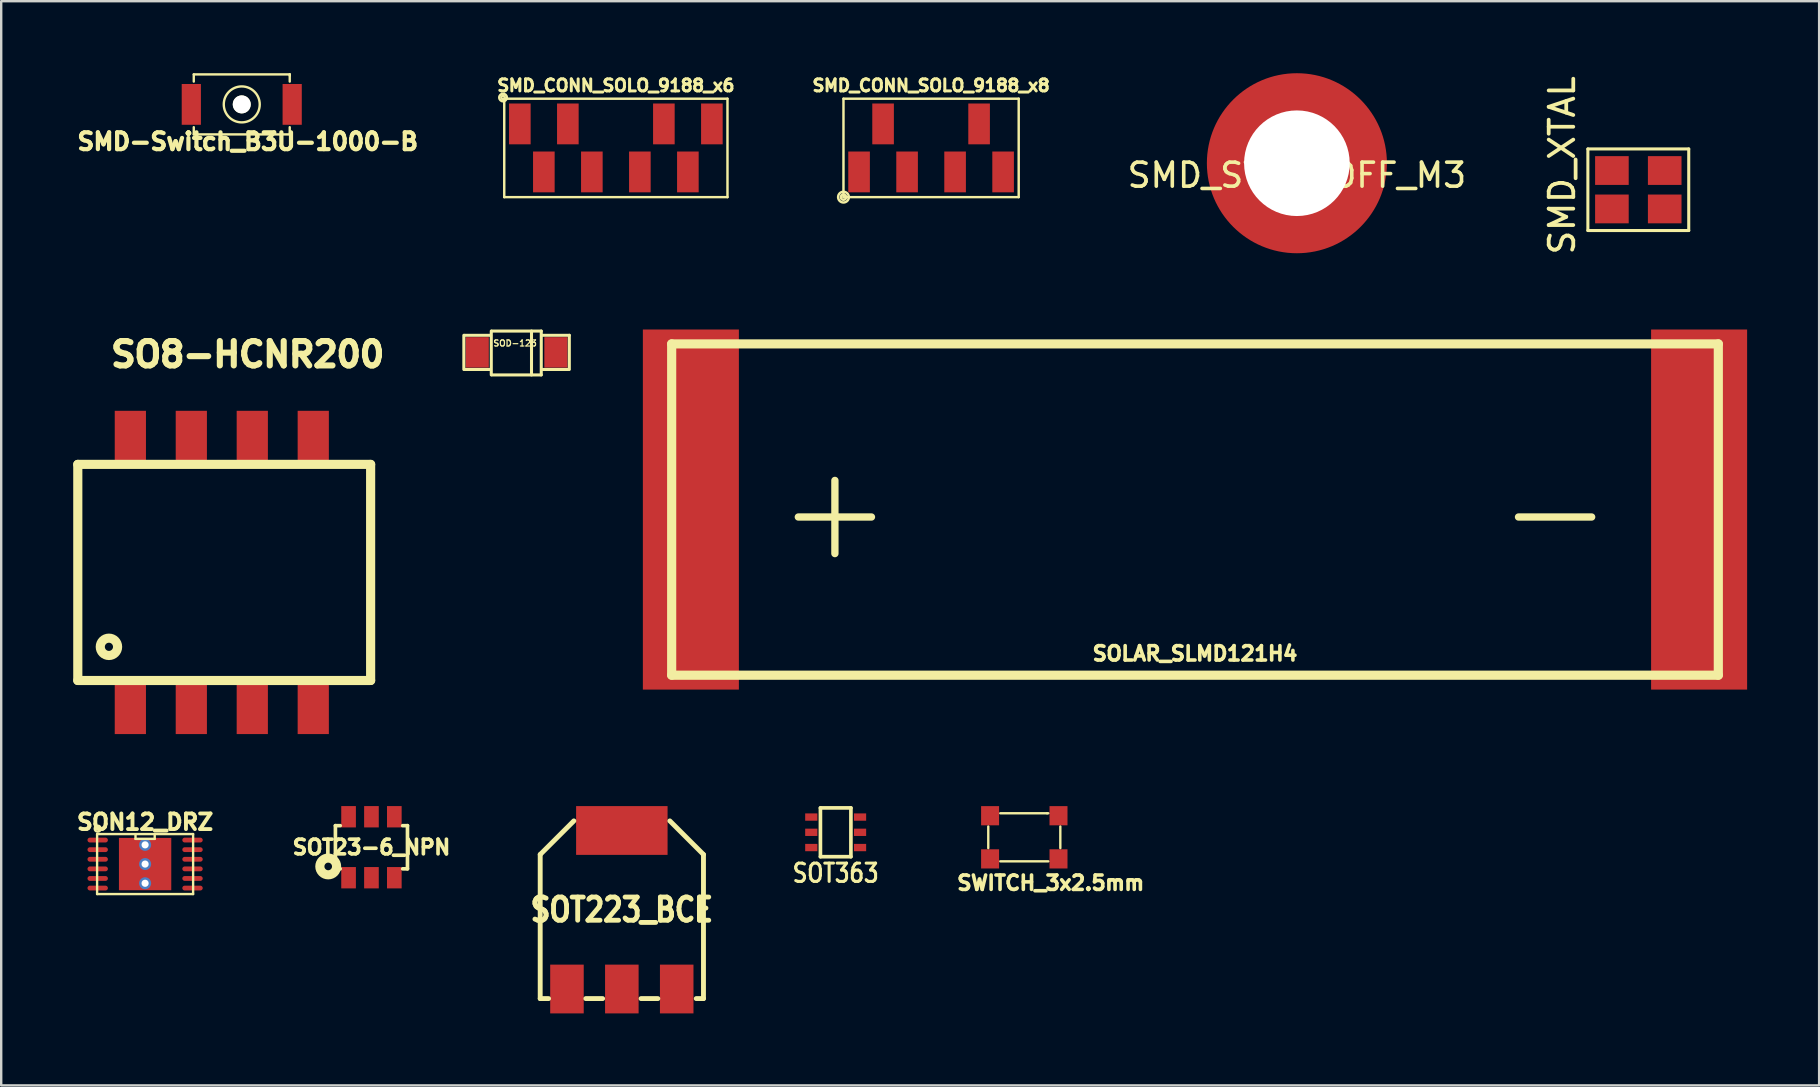
<source format=kicad_pcb>
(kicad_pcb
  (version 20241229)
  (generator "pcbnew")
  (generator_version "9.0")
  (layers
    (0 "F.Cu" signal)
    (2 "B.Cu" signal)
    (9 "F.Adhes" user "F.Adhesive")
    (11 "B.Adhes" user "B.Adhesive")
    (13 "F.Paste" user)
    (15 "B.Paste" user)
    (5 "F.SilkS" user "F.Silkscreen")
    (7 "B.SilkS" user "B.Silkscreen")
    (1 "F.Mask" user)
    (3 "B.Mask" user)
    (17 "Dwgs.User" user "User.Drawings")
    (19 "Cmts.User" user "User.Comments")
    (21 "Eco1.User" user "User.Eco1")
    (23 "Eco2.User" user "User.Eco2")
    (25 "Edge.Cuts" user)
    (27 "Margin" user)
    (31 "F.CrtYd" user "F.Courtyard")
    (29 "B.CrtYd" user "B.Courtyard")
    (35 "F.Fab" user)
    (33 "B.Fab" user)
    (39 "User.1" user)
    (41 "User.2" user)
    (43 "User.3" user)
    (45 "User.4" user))
  (footprint "SMD_CONN_SOLO_9188_x8"
    (layer "F.Cu")
    (at 35.738 3.112)
    (property "Reference" "SMD_CONN_SOLO_9188_x8" (at 0 -2.6 0) (layer "F.SilkS") (effects (font (size 0.5 0.5) (thickness 0.125))))
    (attr through_hole)
    (fp_line (start -3.65 -2.05) (end 3.65 -2.05) (stroke (width 0.102) (type solid)) (layer "F.SilkS"))
    (fp_line (start -3.65 2.05) (end -3.65 -2.05) (stroke (width 0.102) (type solid)) (layer "F.SilkS"))
    (fp_line (start 3.65 -2.05) (end 3.65 2.05) (stroke (width 0.102) (type solid)) (layer "F.SilkS"))
    (fp_line (start 3.65 2.05) (end -3.65 2.05) (stroke (width 0.102) (type solid)) (layer "F.SilkS"))
    (fp_circle (center -3.65 2.05) (end -3.55 2.1) (stroke (width 0.102) (type solid)) (fill no) (layer "F.SilkS"))
    (fp_circle (center -3.65 2.05) (end -3.45 2.15) (stroke (width 0.102) (type solid)) (fill no) (layer "F.SilkS"))
    (pad "1" connect rect (at -3 1) (size 0.9 1.7) (layers "F.Cu" "F.Mask"))
    (pad "2" connect rect (at -2 -1) (size 0.9 1.7) (layers "F.Cu" "F.Mask"))
    (pad "3" connect rect (at -1 1) (size 0.9 1.7) (layers "F.Cu" "F.Mask"))
    (pad "4" connect rect (at 1 1) (size 0.9 1.7) (layers "F.Cu" "F.Mask"))
    (pad "5" connect rect (at 2 -1) (size 0.9 1.7) (layers "F.Cu" "F.Mask"))
    (pad "6" connect rect (at 3 1) (size 0.9 1.7) (layers "F.Cu" "F.Mask")))
  (footprint "SMD_CONN_SOLO_9188_x6"
    (layer "F.Cu")
    (at 22.606 3.112)
    (property "Reference" "SMD_CONN_SOLO_9188_x6" (at 0 -2.6 0) (layer "F.SilkS") (effects (font (size 0.5 0.5) (thickness 0.125))))
    (attr through_hole)
    (fp_line (start -4.65 2.05) (end -4.65 -2.05) (stroke (width 0.102) (type solid)) (layer "F.SilkS"))
    (fp_line (start -4.65 2.05) (end 4.65 2.05) (stroke (width 0.102) (type solid)) (layer "F.SilkS"))
    (fp_line (start 4.65 -2.05) (end -4.65 -2.05) (stroke (width 0.102) (type solid)) (layer "F.SilkS"))
    (fp_line (start 4.65 -2.05) (end 4.65 2.05) (stroke (width 0.102) (type solid)) (layer "F.SilkS"))
    (fp_circle (center -4.7 -2.1) (end -4.65 -2.05) (stroke (width 0.102) (type solid)) (fill no) (layer "F.SilkS"))
    (fp_circle (center -4.7 -2.1) (end -4.55 -2.05) (stroke (width 0.102) (type solid)) (fill no) (layer "F.SilkS"))
    (pad "1" connect rect (at -4 -1) (size 0.9 1.7) (layers "F.Cu" "F.Mask"))
    (pad "2" connect rect (at -3 1) (size 0.9 1.7) (layers "F.Cu" "F.Mask"))
    (pad "3" connect rect (at -2 -1) (size 0.9 1.7) (layers "F.Cu" "F.Mask"))
    (pad "4" connect rect (at -1 1) (size 0.9 1.7) (layers "F.Cu" "F.Mask"))
    (pad "5" connect rect (at 1 1) (size 0.9 1.7) (layers "F.Cu" "F.Mask"))
    (pad "6" connect rect (at 2 -1) (size 0.9 1.7) (layers "F.Cu" "F.Mask"))
    (pad "7" connect rect (at 3 1) (size 0.9 1.7) (layers "F.Cu" "F.Mask"))
    (pad "8" connect rect (at 4 -1) (size 0.9 1.7) (layers "F.Cu" "F.Mask")))
  (footprint "SOD-123"
    (layer "F.Cu")
    (at 18.457 11.655)
    (property "Reference" "SOD-123" (at -0.051 -0.406 0) (layer "F.SilkS") (effects (font (size 0.254 0.254) (thickness 0.051))))
    (attr through_hole)
    (fp_line (start -2.184 -0.737) (end -2.184 0.686) (stroke (width 0.127) (type solid)) (layer "F.SilkS"))
    (fp_line (start -2.159 -0.737) (end -1.067 -0.737) (stroke (width 0.127) (type solid)) (layer "F.SilkS"))
    (fp_line (start -1.092 0.686) (end -2.159 0.686) (stroke (width 0.127) (type solid)) (layer "F.SilkS"))
    (fp_line (start -1.041 -0.914) (end -1.041 0.914) (stroke (width 0.127) (type solid)) (layer "F.SilkS"))
    (fp_line (start -1.016 -0.914) (end 1.041 -0.914) (stroke (width 0.127) (type solid)) (layer "F.SilkS"))
    (fp_line (start 0.635 -0.914) (end 0.635 0.914) (stroke (width 0.127) (type solid)) (layer "F.SilkS"))
    (fp_line (start 1.041 0.914) (end -1.016 0.914) (stroke (width 0.127) (type solid)) (layer "F.SilkS"))
    (fp_line (start 1.041 0.914) (end 1.041 -0.914) (stroke (width 0.127) (type solid)) (layer "F.SilkS"))
    (fp_line (start 1.092 -0.737) (end 2.21 -0.737) (stroke (width 0.127) (type solid)) (layer "F.SilkS"))
    (fp_line (start 2.184 0.686) (end 1.092 0.686) (stroke (width 0.127) (type solid)) (layer "F.SilkS"))
    (fp_line (start 2.21 -0.737) (end 2.21 0.686) (stroke (width 0.127) (type solid)) (layer "F.SilkS"))
    (pad "1" smd rect (at -1.626 -0.025) (size 0.965 1.27) (layers "F.Cu" "F.Mask" "F.Paste"))
    (pad "2" smd rect (at 1.651 -0.025) (size 0.965 1.27) (layers "F.Cu" "F.Mask" "F.Paste")))
  (footprint "SOLAR_SLMD121H4"
    (layer "F.Cu")
    (at 46.732 18.177)
    (property "Reference" "SOLAR_SLMD121H4" (at 0 5.999 0) (layer "F.SilkS") (effects (font (size 0.599 0.599) (thickness 0.15))))
    (attr through_hole)
    (fp_line (start -21.801 -6.901) (end 21.801 -6.901) (stroke (width 0.381) (type solid)) (layer "F.SilkS"))
    (fp_line (start -21.801 6.901) (end -21.801 -6.901) (stroke (width 0.381) (type solid)) (layer "F.SilkS"))
    (fp_line (start 21.801 -6.901) (end 21.801 6.901) (stroke (width 0.381) (type solid)) (layer "F.SilkS"))
    (fp_line (start 21.801 6.901) (end -21.801 6.901) (stroke (width 0.381) (type solid)) (layer "F.SilkS"))
    (fp_text user "+" (at -15.001 0 0) (layer "F.SilkS") (effects (font (size 4 4) (thickness 0.305))))
    (fp_text user "-" (at 15.001 0 0) (layer "F.SilkS") (effects (font (size 4 4) (thickness 0.305))))
    (pad "1" smd trapezoid (at -21.001 0) (size 4 15.001) (layers "F.Cu" "F.Mask" "F.Paste"))
    (pad "2" smd trapezoid (at 21.001 0) (size 4 15.001) (layers "F.Cu" "F.Mask" "F.Paste")))
  (footprint "SMD_STANDOFF_M3"
    (layer "F.Cu")
    (at 50.977 3.75)
    (property "Reference" "SMD_STANDOFF_M3" (at 0 0.5 0) (layer "F.SilkS") (effects (font (size 1 1) (thickness 0.15))))
    (attr through_hole)
    (fp_arc (start -3 0) (mid -2.809907 -1.155662) (end -2.192031 -2.15061) (stroke (width 1.5) (type solid)) (layer "F.Paste"))
    (fp_arc (start 0 -3) (mid 1.186319 -2.764027) (end 2.192031 -2.092031) (stroke (width 1.5) (type solid)) (layer "F.Paste"))
    (fp_arc (start 0 3) (mid -1.14805 2.771639) (end -2.12132 2.12132) (stroke (width 1.5) (type solid)) (layer "F.Paste"))
    (fp_arc (start 3 0) (mid 2.771639 1.14805) (end 2.12132 2.12132) (stroke (width 1.5) (type solid)) (layer "F.Paste"))
    (pad "" np_thru_hole circle (at 0 0) (size 7.5 7.5) (drill 4.4) (layers "F.Cu")))
  (footprint "SOT363"
    (layer "F.Cu")
    (at 31.763 31.623)
    (property "Reference" "SOT363" (at 0 1.699 0) (layer "F.SilkS") (effects (font (size 0.762 0.635) (thickness 0.127))))
    (attr smd)
    (fp_line (start -0.635 -1.016) (end -0.635 1.016) (stroke (width 0.152) (type solid)) (layer "F.SilkS"))
    (fp_line (start -0.635 1.016) (end 0.635 1.016) (stroke (width 0.152) (type solid)) (layer "F.SilkS"))
    (fp_line (start 0.635 -1.016) (end -0.635 -1.016) (stroke (width 0.152) (type solid)) (layer "F.SilkS"))
    (fp_line (start 0.635 1.016) (end 0.635 -1.016) (stroke (width 0.152) (type solid)) (layer "F.SilkS"))
    (pad "1" smd rect (at -1.016 -0.635) (size 0.508 0.305) (layers "F.Cu" "F.Mask" "F.Paste"))
    (pad "2" smd rect (at -1.016 0) (size 0.508 0.305) (layers "F.Cu" "F.Mask" "F.Paste"))
    (pad "3" smd rect (at -1.016 0.635) (size 0.508 0.305) (layers "F.Cu" "F.Mask" "F.Paste"))
    (pad "4" smd rect (at 1.016 0.635) (size 0.508 0.305) (layers "F.Cu" "F.Mask" "F.Paste"))
    (pad "5" smd rect (at 1.016 0) (size 0.508 0.305) (layers "F.Cu" "F.Mask" "F.Paste"))
    (pad "6" smd rect (at 1.016 -0.635) (size 0.508 0.305) (layers "F.Cu" "F.Mask" "F.Paste")))
  (footprint "SOT23-6_NPN"
    (layer "F.Cu")
    (at 12.424 32.245)
    (property "Reference" "SOT23-6_NPN" (at 0 0 0) (layer "F.SilkS") (effects (font (size 0.61 0.61) (thickness 0.152))))
    (attr smd)
    (fp_line (start -1.501 -0.899) (end -1.501 0.899) (stroke (width 0.152) (type solid)) (layer "F.SilkS"))
    (fp_line (start -1.501 -0.899) (end -1.3 -0.899) (stroke (width 0.152) (type solid)) (layer "F.SilkS"))
    (fp_line (start -1.501 0.899) (end -1.3 0.899) (stroke (width 0.152) (type solid)) (layer "F.SilkS"))
    (fp_line (start 1.501 -0.899) (end 1.3 -0.899) (stroke (width 0.152) (type solid)) (layer "F.SilkS"))
    (fp_line (start 1.501 0.899) (end 1.3 0.899) (stroke (width 0.152) (type solid)) (layer "F.SilkS"))
    (fp_line (start 1.501 0.899) (end 1.501 -0.899) (stroke (width 0.152) (type solid)) (layer "F.SilkS"))
    (fp_circle (center -1.801 0.8) (end -1.651 0.851) (stroke (width 0.381) (type solid)) (fill no) (layer "F.SilkS"))
    (pad "1" smd rect (at 0.953 -1.27) (size 0.61 0.889) (layers "F.Cu" "F.Mask" "F.Paste"))
    (pad "2" smd rect (at 0.953 1.27) (size 0.61 0.889) (layers "F.Cu" "F.Mask" "F.Paste"))
    (pad "3" smd rect (at -0.953 -1.27) (size 0.61 0.889) (layers "F.Cu" "F.Mask" "F.Paste"))
    (pad "3" smd rect (at -0.953 1.27) (size 0.61 0.889) (layers "F.Cu" "F.Mask" "F.Paste"))
    (pad "3" smd rect (at 0 -1.27) (size 0.61 0.889) (layers "F.Cu" "F.Mask"))
    (pad "3" smd rect (at 0 1.27) (size 0.61 0.889) (layers "F.Cu" "F.Mask" "F.Paste")))
  (footprint "SON12_DRZ"
    (layer "F.Cu")
    (at 2.995 32.946)
    (property "Reference" "SON12_DRZ" (at 0 -1.75 0) (layer "F.SilkS") (effects (font (size 0.65 0.65) (thickness 0.163))))
    (attr through_hole)
    (fp_line (start -2 -1.25) (end 2 -1.25) (stroke (width 0.099) (type solid)) (layer "F.SilkS"))
    (fp_line (start -2 1.25) (end -2 -1.25) (stroke (width 0.099) (type solid)) (layer "F.SilkS"))
    (fp_line (start -0.4 -1.225) (end -0.4 -1.05) (stroke (width 0.099) (type solid)) (layer "F.SilkS"))
    (fp_line (start -0.4 -1.05) (end 0.4 -1.05) (stroke (width 0.099) (type solid)) (layer "F.SilkS"))
    (fp_line (start 0.4 -1.05) (end 0.4 -1.25) (stroke (width 0.099) (type solid)) (layer "F.SilkS"))
    (fp_line (start 2 -1.25) (end 2 1.25) (stroke (width 0.099) (type solid)) (layer "F.SilkS"))
    (fp_line (start 2 1.25) (end -2 1.25) (stroke (width 0.099) (type solid)) (layer "F.SilkS"))
    (fp_circle (center -1.975 -1.475) (end -1.875 -1.4) (stroke (width 0.099) (type solid)) (fill no) (layer "F.SilkS"))
    (pad "1" smd oval (at -1.975 -1) (size 0.85 0.2) (layers "F.Cu" "F.Mask" "F.Paste"))
    (pad "2" smd oval (at -1.975 -0.6) (size 0.85 0.2) (layers "F.Cu" "F.Mask" "F.Paste"))
    (pad "3" smd oval (at -1.975 -0.2) (size 0.85 0.2) (layers "F.Cu" "F.Mask" "F.Paste"))
    (pad "4" smd oval (at -1.975 0.2) (size 0.85 0.2) (layers "F.Cu" "F.Mask" "F.Paste"))
    (pad "5" smd oval (at -1.975 0.6) (size 0.85 0.2) (layers "F.Cu" "F.Mask" "F.Paste"))
    (pad "6" smd oval (at -1.975 1) (size 0.85 0.2) (layers "F.Cu" "F.Mask" "F.Paste"))
    (pad "7" smd oval (at 1.975 1) (size 0.85 0.2) (layers "F.Cu" "F.Mask" "F.Paste"))
    (pad "8" smd oval (at 1.975 0.6) (size 0.85 0.2) (layers "F.Cu" "F.Mask" "F.Paste"))
    (pad "9" smd oval (at 1.975 0.2) (size 0.85 0.2) (layers "F.Cu" "F.Mask" "F.Paste"))
    (pad "10" smd oval (at 1.975 -0.2) (size 0.85 0.2) (layers "F.Cu" "F.Mask" "F.Paste"))
    (pad "11" smd oval (at 1.975 -0.6) (size 0.85 0.2) (layers "F.Cu" "F.Mask" "F.Paste"))
    (pad "12" smd oval (at 1.975 -1) (size 0.85 0.2) (layers "F.Cu" "F.Mask" "F.Paste"))
    (pad "13" smd rect (at -0.6 -0.5) (size 0.8 0.8) (layers "F.Cu" "F.Mask" "F.Paste"))
    (pad "13" smd rect (at -0.6 0.5) (size 0.8 0.8) (layers "F.Cu" "F.Mask" "F.Paste"))
    (pad "13" thru_hole circle (at 0 -0.8) (size 0.5 0.5) (drill 0.3) (layers "*.Cu" "F.Mask"))
    (pad "13" thru_hole circle (at 0 0) (size 0.5 0.5) (drill 0.3) (layers "*.Cu" "F.Mask"))
    (pad "13" smd rect (at 0 0) (size 2.18 2.18) (layers "F.Cu" "F.Mask"))
    (pad "13" thru_hole circle (at 0 0.8) (size 0.5 0.5) (drill 0.3) (layers "*.Cu" "F.Mask"))
    (pad "13" smd rect (at 0.6 -0.5) (size 0.8 0.8) (layers "F.Cu" "F.Mask" "F.Paste"))
    (pad "13" smd rect (at 0.6 0.5) (size 0.8 0.8) (layers "F.Cu" "F.Mask" "F.Paste")))
  (footprint "SOT223_BCE"
    (layer "F.Cu")
    (at 22.855 34.849)
    (property "Reference" "SOT223_BCE" (at 0 0 0) (layer "F.SilkS") (effects (font (size 0.965 0.813) (thickness 0.203))))
    (attr smd)
    (fp_line (start -3.401 -2.301) (end -3.401 3.701) (stroke (width 0.203) (type solid)) (layer "F.SilkS"))
    (fp_line (start -3.401 -2.301) (end -1.999 -3.701) (stroke (width 0.203) (type solid)) (layer "F.SilkS"))
    (fp_line (start -3.401 3.701) (end -3.051 3.701) (stroke (width 0.203) (type solid)) (layer "F.SilkS"))
    (fp_line (start -0.8 3.701) (end -1.501 3.701) (stroke (width 0.203) (type solid)) (layer "F.SilkS"))
    (fp_line (start 1.501 3.701) (end 0.8 3.701) (stroke (width 0.203) (type solid)) (layer "F.SilkS"))
    (fp_line (start 3.401 -2.301) (end 1.999 -3.701) (stroke (width 0.203) (type solid)) (layer "F.SilkS"))
    (fp_line (start 3.401 -2.301) (end 3.401 3.701) (stroke (width 0.203) (type solid)) (layer "F.SilkS"))
    (fp_line (start 3.401 3.701) (end 3.099 3.701) (stroke (width 0.203) (type solid)) (layer "F.SilkS"))
    (pad "1" smd rect (at 2.286 3.302) (size 1.397 2.032) (layers "F.Cu" "F.Mask" "F.Paste"))
    (pad "2" smd rect (at -2.286 3.302) (size 1.397 2.032) (layers "F.Cu" "F.Mask" "F.Paste"))
    (pad "3" smd rect (at 0 -3.302) (size 3.81 2.032) (layers "F.Cu" "F.Mask" "F.Paste"))
    (pad "3" smd rect (at 0 3.302) (size 1.397 2.032) (layers "F.Cu" "F.Mask" "F.Paste")))
  (footprint "SMD_XTAL"
    (layer "F.Cu")
    (at 65.2 4.854)
    (property "Reference" "SMD_XTAL" (at -3.175 -1.016 90) (layer "F.SilkS") (effects (font (size 1.024 1.024) (thickness 0.157))))
    (attr through_hole)
    (fp_line (start -2.101 -1.699) (end 2.101 -1.699) (stroke (width 0.127) (type solid)) (layer "F.SilkS"))
    (fp_line (start -2.101 1.699) (end -2.101 -1.699) (stroke (width 0.127) (type solid)) (layer "F.SilkS"))
    (fp_line (start 2.101 -1.699) (end 2.101 1.699) (stroke (width 0.127) (type solid)) (layer "F.SilkS"))
    (fp_line (start 2.101 1.699) (end -2.101 1.699) (stroke (width 0.127) (type solid)) (layer "F.SilkS"))
    (pad "1" smd rect (at -1.1 0.8) (size 1.4 1.199) (layers "F.Cu" "F.Mask" "F.Paste"))
    (pad "2" smd rect (at 1.1 0.8) (size 1.4 1.199) (layers "F.Cu" "F.Mask" "F.Paste"))
    (pad "3" smd rect (at 1.1 -0.8) (size 1.4 1.199) (layers "F.Cu" "F.Mask" "F.Paste"))
    (pad "4" smd rect (at -1.1 -0.8) (size 1.4 1.199) (layers "F.Cu" "F.Mask" "F.Paste")))
  (footprint "SO8-HCNR200"
    (layer "F.Cu")
    (at 6.19 20.797)
    (property "Reference" "SO8-HCNR200" (at 1.079 -9.081 0) (layer "F.SilkS") (effects (font (size 1.016 1.016) (thickness 0.254))))
    (attr through_hole)
    (fp_line (start -5.999 -4.501) (end -5.999 4.501) (stroke (width 0.381) (type solid)) (layer "F.SilkS"))
    (fp_line (start -5.999 -4.501) (end 6.2 -4.501) (stroke (width 0.381) (type solid)) (layer "F.SilkS"))
    (fp_line (start 6.2 4.501) (end -5.999 4.501) (stroke (width 0.381) (type solid)) (layer "F.SilkS"))
    (fp_line (start 6.2 4.501) (end 6.2 -4.501) (stroke (width 0.381) (type solid)) (layer "F.SilkS"))
    (fp_circle (center -4.702 3.099) (end -4.501 3.399) (stroke (width 0.381) (type solid)) (fill no) (layer "F.SilkS"))
    (pad "1" smd rect (at -3.81 5.588) (size 1.3 2.291) (layers "F.Cu" "F.Mask" "F.Paste"))
    (pad "2" smd rect (at -1.27 5.588) (size 1.3 2.291) (layers "F.Cu" "F.Mask" "F.Paste"))
    (pad "3" smd rect (at 1.27 5.588) (size 1.3 2.291) (layers "F.Cu" "F.Mask" "F.Paste"))
    (pad "4" smd rect (at 3.81 5.588) (size 1.3 2.291) (layers "F.Cu" "F.Mask" "F.Paste"))
    (pad "5" smd rect (at 3.81 -5.588) (size 1.3 2.291) (layers "F.Cu" "F.Mask" "F.Paste"))
    (pad "6" smd rect (at 1.27 -5.588) (size 1.3 2.291) (layers "F.Cu" "F.Mask" "F.Paste"))
    (pad "7" smd rect (at -1.27 -5.588) (size 1.3 2.291) (layers "F.Cu" "F.Mask" "F.Paste"))
    (pad "8" smd rect (at -3.81 -5.588) (size 1.3 2.291) (layers "F.Cu" "F.Mask" "F.Paste")))
  (footprint "SMD-Switch_B3U-1000-B"
    (layer "F.Cu")
    (at 7.021 1.299)
    (property "Reference" "SMD-Switch_B3U-1000-B" (at 0.249 1.549 0) (layer "F.SilkS") (effects (font (size 0.701 0.701) (thickness 0.175))))
    (attr through_hole)
    (fp_line (start -1.999 -1.25) (end -1.999 -0.95) (stroke (width 0.099) (type solid)) (layer "F.SilkS"))
    (fp_line (start -1.999 -1.25) (end 1.999 -1.25) (stroke (width 0.099) (type solid)) (layer "F.SilkS"))
    (fp_line (start -1.999 1.25) (end -1.999 0.95) (stroke (width 0.099) (type solid)) (layer "F.SilkS"))
    (fp_line (start -1.999 1.25) (end 1.999 1.25) (stroke (width 0.099) (type solid)) (layer "F.SilkS"))
    (fp_line (start 1.999 -1.25) (end 1.999 -0.95) (stroke (width 0.099) (type solid)) (layer "F.SilkS"))
    (fp_line (start 1.999 -1.199) (end 1.999 -1.25) (stroke (width 0.099) (type solid)) (layer "F.SilkS"))
    (fp_line (start 1.999 1.25) (end 1.999 0.95) (stroke (width 0.099) (type solid)) (layer "F.SilkS"))
    (fp_circle (center 0 0) (end 0.749 0) (stroke (width 0.099) (type solid)) (fill no) (layer "F.SilkS"))
    (pad "" np_thru_hole circle (at 0 0) (size 0.749 0.749) (drill 0.749) (layers "*.Cu" "*.Mask" "F.SilkS"))
    (pad "1" smd rect (at -2.101 0) (size 0.8 1.699) (layers "F.Cu" "F.Mask" "F.Paste"))
    (pad "2" smd rect (at 2.101 0) (size 0.8 1.699) (layers "F.Cu" "F.Mask" "F.Paste")))
  (footprint "SWITCH_3x2.5mm"
    (layer "F.Cu")
    (at 39.621 31.831)
    (property "Reference" "SWITCH_3x2.5mm" (at 1.1 1.9 0) (layer "F.SilkS") (effects (font (size 0.599 0.599) (thickness 0.15))))
    (attr through_hole)
    (fp_line (start -1.501 -0.45) (end -1.501 0.45) (stroke (width 0.099) (type solid)) (layer "F.SilkS"))
    (fp_line (start -1.001 -1.001) (end 0.95 -1.001) (stroke (width 0.099) (type solid)) (layer "F.SilkS"))
    (fp_line (start 0.95 -1.001) (end 1.001 -1.001) (stroke (width 0.099) (type solid)) (layer "F.SilkS"))
    (fp_line (start 1.001 1.001) (end -1.001 1.001) (stroke (width 0.099) (type solid)) (layer "F.SilkS"))
    (fp_line (start 1.501 -0.45) (end 1.501 0.45) (stroke (width 0.099) (type solid)) (layer "F.SilkS"))
    (pad "" smd rect (at 0 0) (size 1.801 2.601) (layers "Eco1.User"))
    (pad "1" smd rect (at -1.425 0.899) (size 0.749 0.8) (layers "F.Cu" "F.Mask" "F.Paste"))
    (pad "1" smd rect (at 1.425 0.899) (size 0.749 0.8) (layers "F.Cu" "F.Mask" "F.Paste"))
    (pad "2" smd rect (at -1.425 -0.899) (size 0.749 0.8) (layers "F.Cu" "F.Mask" "F.Paste"))
    (pad "2" smd rect (at 1.425 -0.899) (size 0.749 0.8) (layers "F.Cu" "F.Mask" "F.Paste")))
  (gr_rect
    (start -3 -3)
    (end 72.733 42.167)
    (stroke (width 0.1) (type default))
    (fill no)
    (layer "Edge.Cuts")))
</source>
